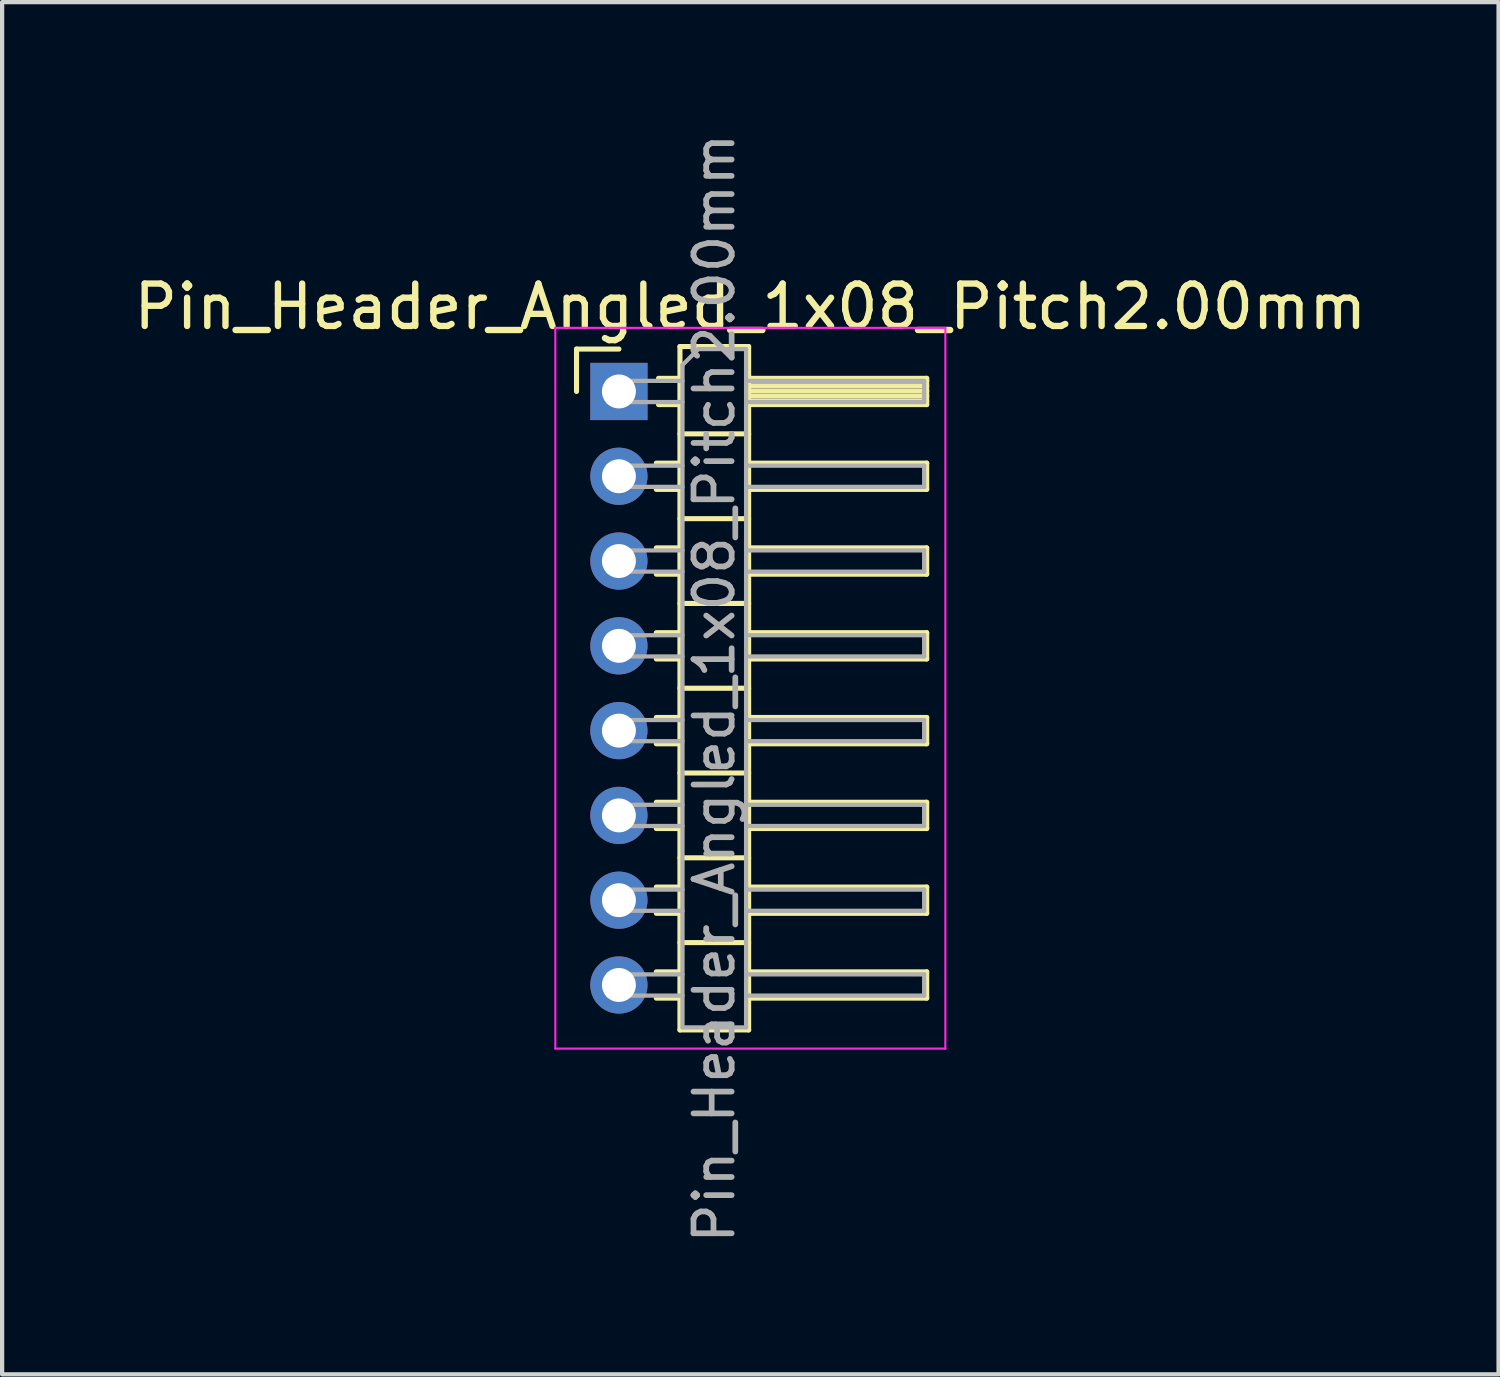
<source format=kicad_pcb>
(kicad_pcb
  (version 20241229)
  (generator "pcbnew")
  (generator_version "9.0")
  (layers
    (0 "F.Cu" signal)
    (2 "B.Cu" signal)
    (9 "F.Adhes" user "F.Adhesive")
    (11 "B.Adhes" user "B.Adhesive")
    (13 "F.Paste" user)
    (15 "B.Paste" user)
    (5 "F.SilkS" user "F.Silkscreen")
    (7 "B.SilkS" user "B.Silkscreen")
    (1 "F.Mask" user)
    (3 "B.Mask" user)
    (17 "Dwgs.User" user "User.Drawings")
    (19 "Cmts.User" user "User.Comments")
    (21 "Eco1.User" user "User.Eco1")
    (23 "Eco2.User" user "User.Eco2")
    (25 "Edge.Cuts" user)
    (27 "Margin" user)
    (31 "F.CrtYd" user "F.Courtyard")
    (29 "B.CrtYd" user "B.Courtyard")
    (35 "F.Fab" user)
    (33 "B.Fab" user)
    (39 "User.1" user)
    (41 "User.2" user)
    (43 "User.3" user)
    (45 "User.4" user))
  (footprint "Pin_Header_Angled_1x08_Pitch2.00mm"
    (layer "F.Cu")
    (at 11.549 6.184)
    (property "Reference" "Pin_Header_Angled_1x08_Pitch2.00mm" (at 3.1 -2 0) (layer "F.SilkS") (effects (font (size 1 1) (thickness 0.15))))
    (attr through_hole)
    (fp_line (start -1 -1) (end 0 -1) (stroke (width 0.12) (type solid)) (layer "F.SilkS"))
    (fp_line (start -1 0) (end -1 -1) (stroke (width 0.12) (type solid)) (layer "F.SilkS"))
    (fp_line (start 0.882 1.69) (end 1.44 1.69) (stroke (width 0.12) (type solid)) (layer "F.SilkS"))
    (fp_line (start 0.882 2.31) (end 1.44 2.31) (stroke (width 0.12) (type solid)) (layer "F.SilkS"))
    (fp_line (start 0.882 3.69) (end 1.44 3.69) (stroke (width 0.12) (type solid)) (layer "F.SilkS"))
    (fp_line (start 0.882 4.31) (end 1.44 4.31) (stroke (width 0.12) (type solid)) (layer "F.SilkS"))
    (fp_line (start 0.882 5.69) (end 1.44 5.69) (stroke (width 0.12) (type solid)) (layer "F.SilkS"))
    (fp_line (start 0.882 6.31) (end 1.44 6.31) (stroke (width 0.12) (type solid)) (layer "F.SilkS"))
    (fp_line (start 0.882 7.69) (end 1.44 7.69) (stroke (width 0.12) (type solid)) (layer "F.SilkS"))
    (fp_line (start 0.882 8.31) (end 1.44 8.31) (stroke (width 0.12) (type solid)) (layer "F.SilkS"))
    (fp_line (start 0.882 9.69) (end 1.44 9.69) (stroke (width 0.12) (type solid)) (layer "F.SilkS"))
    (fp_line (start 0.882 10.31) (end 1.44 10.31) (stroke (width 0.12) (type solid)) (layer "F.SilkS"))
    (fp_line (start 0.882 11.69) (end 1.44 11.69) (stroke (width 0.12) (type solid)) (layer "F.SilkS"))
    (fp_line (start 0.882 12.31) (end 1.44 12.31) (stroke (width 0.12) (type solid)) (layer "F.SilkS"))
    (fp_line (start 0.882 13.69) (end 1.44 13.69) (stroke (width 0.12) (type solid)) (layer "F.SilkS"))
    (fp_line (start 0.882 14.31) (end 1.44 14.31) (stroke (width 0.12) (type solid)) (layer "F.SilkS"))
    (fp_line (start 0.935 -0.31) (end 1.44 -0.31) (stroke (width 0.12) (type solid)) (layer "F.SilkS"))
    (fp_line (start 0.935 0.31) (end 1.44 0.31) (stroke (width 0.12) (type solid)) (layer "F.SilkS"))
    (fp_line (start 1.44 -1.06) (end 1.44 15.06) (stroke (width 0.12) (type solid)) (layer "F.SilkS"))
    (fp_line (start 1.44 1) (end 3.06 1) (stroke (width 0.12) (type solid)) (layer "F.SilkS"))
    (fp_line (start 1.44 3) (end 3.06 3) (stroke (width 0.12) (type solid)) (layer "F.SilkS"))
    (fp_line (start 1.44 5) (end 3.06 5) (stroke (width 0.12) (type solid)) (layer "F.SilkS"))
    (fp_line (start 1.44 7) (end 3.06 7) (stroke (width 0.12) (type solid)) (layer "F.SilkS"))
    (fp_line (start 1.44 9) (end 3.06 9) (stroke (width 0.12) (type solid)) (layer "F.SilkS"))
    (fp_line (start 1.44 11) (end 3.06 11) (stroke (width 0.12) (type solid)) (layer "F.SilkS"))
    (fp_line (start 1.44 13) (end 3.06 13) (stroke (width 0.12) (type solid)) (layer "F.SilkS"))
    (fp_line (start 1.44 15.06) (end 3.06 15.06) (stroke (width 0.12) (type solid)) (layer "F.SilkS"))
    (fp_line (start 3.06 -1.06) (end 1.44 -1.06) (stroke (width 0.12) (type solid)) (layer "F.SilkS"))
    (fp_line (start 3.06 -0.31) (end 7.26 -0.31) (stroke (width 0.12) (type solid)) (layer "F.SilkS"))
    (fp_line (start 3.06 -0.25) (end 7.26 -0.25) (stroke (width 0.12) (type solid)) (layer "F.SilkS"))
    (fp_line (start 3.06 -0.13) (end 7.26 -0.13) (stroke (width 0.12) (type solid)) (layer "F.SilkS"))
    (fp_line (start 3.06 -0.01) (end 7.26 -0.01) (stroke (width 0.12) (type solid)) (layer "F.SilkS"))
    (fp_line (start 3.06 0.11) (end 7.26 0.11) (stroke (width 0.12) (type solid)) (layer "F.SilkS"))
    (fp_line (start 3.06 0.23) (end 7.26 0.23) (stroke (width 0.12) (type solid)) (layer "F.SilkS"))
    (fp_line (start 3.06 1.69) (end 7.26 1.69) (stroke (width 0.12) (type solid)) (layer "F.SilkS"))
    (fp_line (start 3.06 3.69) (end 7.26 3.69) (stroke (width 0.12) (type solid)) (layer "F.SilkS"))
    (fp_line (start 3.06 5.69) (end 7.26 5.69) (stroke (width 0.12) (type solid)) (layer "F.SilkS"))
    (fp_line (start 3.06 7.69) (end 7.26 7.69) (stroke (width 0.12) (type solid)) (layer "F.SilkS"))
    (fp_line (start 3.06 9.69) (end 7.26 9.69) (stroke (width 0.12) (type solid)) (layer "F.SilkS"))
    (fp_line (start 3.06 11.69) (end 7.26 11.69) (stroke (width 0.12) (type solid)) (layer "F.SilkS"))
    (fp_line (start 3.06 13.69) (end 7.26 13.69) (stroke (width 0.12) (type solid)) (layer "F.SilkS"))
    (fp_line (start 3.06 15.06) (end 3.06 -1.06) (stroke (width 0.12) (type solid)) (layer "F.SilkS"))
    (fp_line (start 7.26 -0.31) (end 7.26 0.31) (stroke (width 0.12) (type solid)) (layer "F.SilkS"))
    (fp_line (start 7.26 0.31) (end 3.06 0.31) (stroke (width 0.12) (type solid)) (layer "F.SilkS"))
    (fp_line (start 7.26 1.69) (end 7.26 2.31) (stroke (width 0.12) (type solid)) (layer "F.SilkS"))
    (fp_line (start 7.26 2.31) (end 3.06 2.31) (stroke (width 0.12) (type solid)) (layer "F.SilkS"))
    (fp_line (start 7.26 3.69) (end 7.26 4.31) (stroke (width 0.12) (type solid)) (layer "F.SilkS"))
    (fp_line (start 7.26 4.31) (end 3.06 4.31) (stroke (width 0.12) (type solid)) (layer "F.SilkS"))
    (fp_line (start 7.26 5.69) (end 7.26 6.31) (stroke (width 0.12) (type solid)) (layer "F.SilkS"))
    (fp_line (start 7.26 6.31) (end 3.06 6.31) (stroke (width 0.12) (type solid)) (layer "F.SilkS"))
    (fp_line (start 7.26 7.69) (end 7.26 8.31) (stroke (width 0.12) (type solid)) (layer "F.SilkS"))
    (fp_line (start 7.26 8.31) (end 3.06 8.31) (stroke (width 0.12) (type solid)) (layer "F.SilkS"))
    (fp_line (start 7.26 9.69) (end 7.26 10.31) (stroke (width 0.12) (type solid)) (layer "F.SilkS"))
    (fp_line (start 7.26 10.31) (end 3.06 10.31) (stroke (width 0.12) (type solid)) (layer "F.SilkS"))
    (fp_line (start 7.26 11.69) (end 7.26 12.31) (stroke (width 0.12) (type solid)) (layer "F.SilkS"))
    (fp_line (start 7.26 12.31) (end 3.06 12.31) (stroke (width 0.12) (type solid)) (layer "F.SilkS"))
    (fp_line (start 7.26 13.69) (end 7.26 14.31) (stroke (width 0.12) (type solid)) (layer "F.SilkS"))
    (fp_line (start 7.26 14.31) (end 3.06 14.31) (stroke (width 0.12) (type solid)) (layer "F.SilkS"))
    (fp_line (start -1.5 -1.5) (end -1.5 15.5) (stroke (width 0.05) (type solid)) (layer "F.CrtYd"))
    (fp_line (start -1.5 15.5) (end 7.7 15.5) (stroke (width 0.05) (type solid)) (layer "F.CrtYd"))
    (fp_line (start 7.7 -1.5) (end -1.5 -1.5) (stroke (width 0.05) (type solid)) (layer "F.CrtYd"))
    (fp_line (start 7.7 15.5) (end 7.7 -1.5) (stroke (width 0.05) (type solid)) (layer "F.CrtYd"))
    (fp_line (start -0.25 -0.25) (end -0.25 0.25) (stroke (width 0.1) (type solid)) (layer "F.Fab"))
    (fp_line (start -0.25 -0.25) (end 1.5 -0.25) (stroke (width 0.1) (type solid)) (layer "F.Fab"))
    (fp_line (start -0.25 0.25) (end 1.5 0.25) (stroke (width 0.1) (type solid)) (layer "F.Fab"))
    (fp_line (start -0.25 1.75) (end -0.25 2.25) (stroke (width 0.1) (type solid)) (layer "F.Fab"))
    (fp_line (start -0.25 1.75) (end 1.5 1.75) (stroke (width 0.1) (type solid)) (layer "F.Fab"))
    (fp_line (start -0.25 2.25) (end 1.5 2.25) (stroke (width 0.1) (type solid)) (layer "F.Fab"))
    (fp_line (start -0.25 3.75) (end -0.25 4.25) (stroke (width 0.1) (type solid)) (layer "F.Fab"))
    (fp_line (start -0.25 3.75) (end 1.5 3.75) (stroke (width 0.1) (type solid)) (layer "F.Fab"))
    (fp_line (start -0.25 4.25) (end 1.5 4.25) (stroke (width 0.1) (type solid)) (layer "F.Fab"))
    (fp_line (start -0.25 5.75) (end -0.25 6.25) (stroke (width 0.1) (type solid)) (layer "F.Fab"))
    (fp_line (start -0.25 5.75) (end 1.5 5.75) (stroke (width 0.1) (type solid)) (layer "F.Fab"))
    (fp_line (start -0.25 6.25) (end 1.5 6.25) (stroke (width 0.1) (type solid)) (layer "F.Fab"))
    (fp_line (start -0.25 7.75) (end -0.25 8.25) (stroke (width 0.1) (type solid)) (layer "F.Fab"))
    (fp_line (start -0.25 7.75) (end 1.5 7.75) (stroke (width 0.1) (type solid)) (layer "F.Fab"))
    (fp_line (start -0.25 8.25) (end 1.5 8.25) (stroke (width 0.1) (type solid)) (layer "F.Fab"))
    (fp_line (start -0.25 9.75) (end -0.25 10.25) (stroke (width 0.1) (type solid)) (layer "F.Fab"))
    (fp_line (start -0.25 9.75) (end 1.5 9.75) (stroke (width 0.1) (type solid)) (layer "F.Fab"))
    (fp_line (start -0.25 10.25) (end 1.5 10.25) (stroke (width 0.1) (type solid)) (layer "F.Fab"))
    (fp_line (start -0.25 11.75) (end -0.25 12.25) (stroke (width 0.1) (type solid)) (layer "F.Fab"))
    (fp_line (start -0.25 11.75) (end 1.5 11.75) (stroke (width 0.1) (type solid)) (layer "F.Fab"))
    (fp_line (start -0.25 12.25) (end 1.5 12.25) (stroke (width 0.1) (type solid)) (layer "F.Fab"))
    (fp_line (start -0.25 13.75) (end -0.25 14.25) (stroke (width 0.1) (type solid)) (layer "F.Fab"))
    (fp_line (start -0.25 13.75) (end 1.5 13.75) (stroke (width 0.1) (type solid)) (layer "F.Fab"))
    (fp_line (start -0.25 14.25) (end 1.5 14.25) (stroke (width 0.1) (type solid)) (layer "F.Fab"))
    (fp_line (start 1.5 -0.625) (end 1.875 -1) (stroke (width 0.1) (type solid)) (layer "F.Fab"))
    (fp_line (start 1.5 15) (end 1.5 -0.625) (stroke (width 0.1) (type solid)) (layer "F.Fab"))
    (fp_line (start 1.875 -1) (end 3 -1) (stroke (width 0.1) (type solid)) (layer "F.Fab"))
    (fp_line (start 3 -1) (end 3 15) (stroke (width 0.1) (type solid)) (layer "F.Fab"))
    (fp_line (start 3 -0.25) (end 7.2 -0.25) (stroke (width 0.1) (type solid)) (layer "F.Fab"))
    (fp_line (start 3 0.25) (end 7.2 0.25) (stroke (width 0.1) (type solid)) (layer "F.Fab"))
    (fp_line (start 3 1.75) (end 7.2 1.75) (stroke (width 0.1) (type solid)) (layer "F.Fab"))
    (fp_line (start 3 2.25) (end 7.2 2.25) (stroke (width 0.1) (type solid)) (layer "F.Fab"))
    (fp_line (start 3 3.75) (end 7.2 3.75) (stroke (width 0.1) (type solid)) (layer "F.Fab"))
    (fp_line (start 3 4.25) (end 7.2 4.25) (stroke (width 0.1) (type solid)) (layer "F.Fab"))
    (fp_line (start 3 5.75) (end 7.2 5.75) (stroke (width 0.1) (type solid)) (layer "F.Fab"))
    (fp_line (start 3 6.25) (end 7.2 6.25) (stroke (width 0.1) (type solid)) (layer "F.Fab"))
    (fp_line (start 3 7.75) (end 7.2 7.75) (stroke (width 0.1) (type solid)) (layer "F.Fab"))
    (fp_line (start 3 8.25) (end 7.2 8.25) (stroke (width 0.1) (type solid)) (layer "F.Fab"))
    (fp_line (start 3 9.75) (end 7.2 9.75) (stroke (width 0.1) (type solid)) (layer "F.Fab"))
    (fp_line (start 3 10.25) (end 7.2 10.25) (stroke (width 0.1) (type solid)) (layer "F.Fab"))
    (fp_line (start 3 11.75) (end 7.2 11.75) (stroke (width 0.1) (type solid)) (layer "F.Fab"))
    (fp_line (start 3 12.25) (end 7.2 12.25) (stroke (width 0.1) (type solid)) (layer "F.Fab"))
    (fp_line (start 3 13.75) (end 7.2 13.75) (stroke (width 0.1) (type solid)) (layer "F.Fab"))
    (fp_line (start 3 14.25) (end 7.2 14.25) (stroke (width 0.1) (type solid)) (layer "F.Fab"))
    (fp_line (start 3 15) (end 1.5 15) (stroke (width 0.1) (type solid)) (layer "F.Fab"))
    (fp_line (start 7.2 -0.25) (end 7.2 0.25) (stroke (width 0.1) (type solid)) (layer "F.Fab"))
    (fp_line (start 7.2 1.75) (end 7.2 2.25) (stroke (width 0.1) (type solid)) (layer "F.Fab"))
    (fp_line (start 7.2 3.75) (end 7.2 4.25) (stroke (width 0.1) (type solid)) (layer "F.Fab"))
    (fp_line (start 7.2 5.75) (end 7.2 6.25) (stroke (width 0.1) (type solid)) (layer "F.Fab"))
    (fp_line (start 7.2 7.75) (end 7.2 8.25) (stroke (width 0.1) (type solid)) (layer "F.Fab"))
    (fp_line (start 7.2 9.75) (end 7.2 10.25) (stroke (width 0.1) (type solid)) (layer "F.Fab"))
    (fp_line (start 7.2 11.75) (end 7.2 12.25) (stroke (width 0.1) (type solid)) (layer "F.Fab"))
    (fp_line (start 7.2 13.75) (end 7.2 14.25) (stroke (width 0.1) (type solid)) (layer "F.Fab"))
    (fp_text user "${REFERENCE}" (at 2.25 7 90) (layer "F.Fab") (effects (font (size 0.9 0.9) (thickness 0.135))))
    (pad "1" thru_hole rect (at 0 0) (size 1.35 1.35) (drill 0.8) (layers "*.Cu" "*.Mask"))
    (pad "2" thru_hole oval (at 0 2) (size 1.35 1.35) (drill 0.8) (layers "*.Cu" "*.Mask"))
    (pad "3" thru_hole oval (at 0 4) (size 1.35 1.35) (drill 0.8) (layers "*.Cu" "*.Mask"))
    (pad "4" thru_hole oval (at 0 6) (size 1.35 1.35) (drill 0.8) (layers "*.Cu" "*.Mask"))
    (pad "5" thru_hole oval (at 0 8) (size 1.35 1.35) (drill 0.8) (layers "*.Cu" "*.Mask"))
    (pad "6" thru_hole oval (at 0 10) (size 1.35 1.35) (drill 0.8) (layers "*.Cu" "*.Mask"))
    (pad "7" thru_hole oval (at 0 12) (size 1.35 1.35) (drill 0.8) (layers "*.Cu" "*.Mask"))
    (pad "8" thru_hole oval (at 0 14) (size 1.35 1.35) (drill 0.8) (layers "*.Cu" "*.Mask")))
  (gr_rect
    (start -3 -3)
    (end 32.298 29.368)
    (stroke (width 0.1) (type default))
    (fill no)
    (layer "Edge.Cuts")))
</source>
